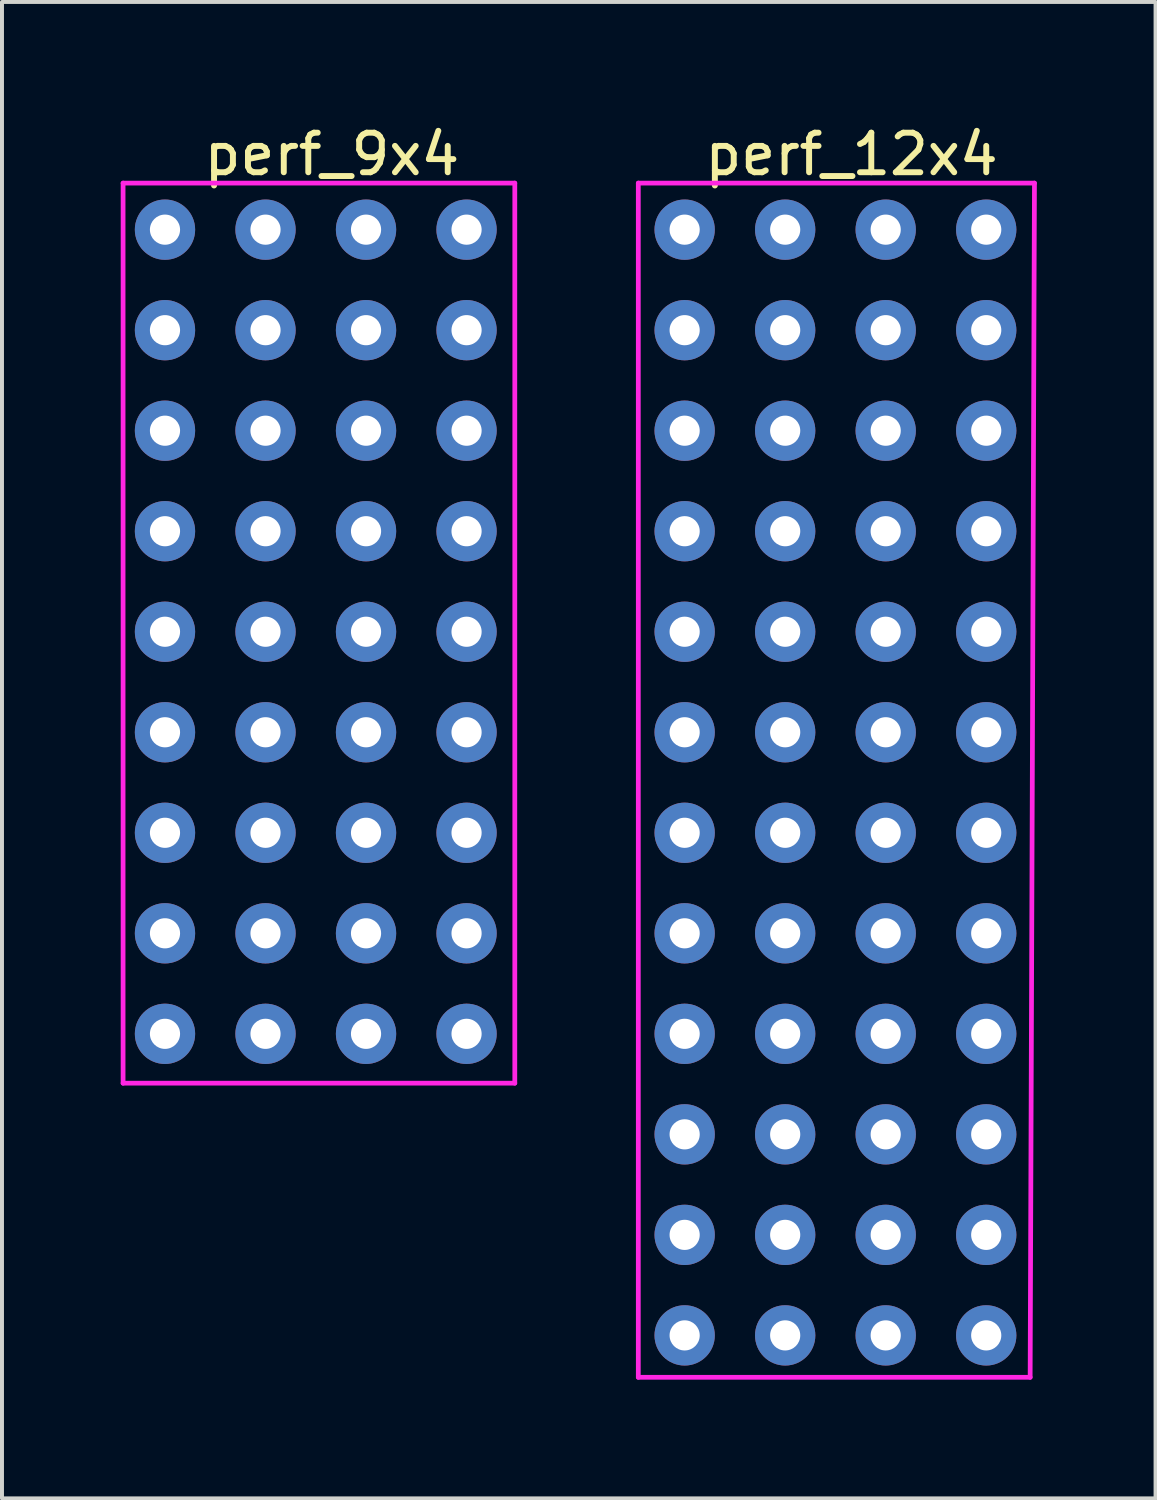
<source format=kicad_pcb>
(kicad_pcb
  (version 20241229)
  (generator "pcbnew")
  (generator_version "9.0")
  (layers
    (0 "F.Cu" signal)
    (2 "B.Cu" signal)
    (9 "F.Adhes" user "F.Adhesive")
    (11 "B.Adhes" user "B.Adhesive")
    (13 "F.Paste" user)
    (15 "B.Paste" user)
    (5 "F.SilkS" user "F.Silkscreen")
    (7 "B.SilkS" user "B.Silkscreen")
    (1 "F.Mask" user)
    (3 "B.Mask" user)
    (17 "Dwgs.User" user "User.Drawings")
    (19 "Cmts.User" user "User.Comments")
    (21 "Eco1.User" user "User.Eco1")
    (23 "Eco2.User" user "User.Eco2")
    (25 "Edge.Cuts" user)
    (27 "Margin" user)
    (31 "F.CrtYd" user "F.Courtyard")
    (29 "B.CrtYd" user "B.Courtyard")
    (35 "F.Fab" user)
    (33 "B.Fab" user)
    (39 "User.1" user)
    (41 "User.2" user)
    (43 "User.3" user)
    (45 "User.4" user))
  (footprint "perf_12x4"
    (layer "F.Cu")
    (at 17.981 11.785)
    (property "Reference" "perf_12x4" (at 0.485 -10.937 0) (layer "F.SilkS") (effects (font (size 1 1) (thickness 0.15))))
    (attr through_hole)
    (fp_poly (pts (xy 4.895 19.84) (xy -4.757 19.84) (xy -4.747 -10.048) (xy 4.905 -10.074)) (stroke (width 0.1) (type solid)) (fill yes) (layer "F.Mask"))
    (fp_poly (pts (xy 4.92 19.84) (xy -4.732 19.84) (xy -4.757 -10.117) (xy 4.895 -10.142)) (stroke (width 0.1) (type solid)) (fill yes) (layer "B.Mask"))
    (fp_line (start -4.902 -10.208) (end 5.108 -10.208) (stroke (width 0.12) (type solid)) (layer "F.CrtYd"))
    (fp_line (start -4.902 19.967) (end -4.902 -10.208) (stroke (width 0.12) (type solid)) (layer "F.CrtYd"))
    (fp_line (start 4.999 19.967) (end -4.902 19.967) (stroke (width 0.12) (type solid)) (layer "F.CrtYd"))
    (fp_line (start 5.108 -10.208) (end 4.999 19.967) (stroke (width 0.12) (type solid)) (layer "F.CrtYd"))
    (pad "1" thru_hole circle (at -3.731 -9.032) (size 1.524 1.524) (drill 0.762) (layers "*.Cu" "*.Mask"))
    (pad "2" thru_hole circle (at -1.191 -9.032) (size 1.524 1.524) (drill 0.762) (layers "*.Cu" "*.Mask"))
    (pad "3" thru_hole circle (at 1.349 -9.032) (size 1.524 1.524) (drill 0.762) (layers "*.Cu" "*.Mask"))
    (pad "4" thru_hole circle (at 3.889 -9.032) (size 1.524 1.524) (drill 0.762) (layers "*.Cu" "*.Mask"))
    (pad "5" thru_hole circle (at -3.731 -6.492) (size 1.524 1.524) (drill 0.762) (layers "*.Cu" "*.Mask"))
    (pad "6" thru_hole circle (at -1.191 -6.492) (size 1.524 1.524) (drill 0.762) (layers "*.Cu" "*.Mask"))
    (pad "7" thru_hole circle (at 1.349 -6.492) (size 1.524 1.524) (drill 0.762) (layers "*.Cu" "*.Mask"))
    (pad "8" thru_hole circle (at 3.889 -6.492) (size 1.524 1.524) (drill 0.762) (layers "*.Cu" "*.Mask"))
    (pad "9" thru_hole circle (at -3.731 -3.952) (size 1.524 1.524) (drill 0.762) (layers "*.Cu" "*.Mask"))
    (pad "10" thru_hole circle (at -1.191 -3.952) (size 1.524 1.524) (drill 0.762) (layers "*.Cu" "*.Mask"))
    (pad "11" thru_hole circle (at 1.349 -3.952) (size 1.524 1.524) (drill 0.762) (layers "*.Cu" "*.Mask"))
    (pad "12" thru_hole circle (at 3.889 -3.952) (size 1.524 1.524) (drill 0.762) (layers "*.Cu" "*.Mask"))
    (pad "13" thru_hole circle (at -3.731 -1.412) (size 1.524 1.524) (drill 0.762) (layers "*.Cu" "*.Mask"))
    (pad "14" thru_hole circle (at -1.191 -1.412) (size 1.524 1.524) (drill 0.762) (layers "*.Cu" "*.Mask"))
    (pad "15" thru_hole circle (at 1.349 -1.412) (size 1.524 1.524) (drill 0.762) (layers "*.Cu" "*.Mask"))
    (pad "16" thru_hole circle (at 3.889 -1.412) (size 1.524 1.524) (drill 0.762) (layers "*.Cu" "*.Mask"))
    (pad "17" thru_hole circle (at -3.731 1.128) (size 1.524 1.524) (drill 0.762) (layers "*.Cu" "*.Mask"))
    (pad "18" thru_hole circle (at -1.191 1.128) (size 1.524 1.524) (drill 0.762) (layers "*.Cu" "*.Mask"))
    (pad "19" thru_hole circle (at 1.349 1.128) (size 1.524 1.524) (drill 0.762) (layers "*.Cu" "*.Mask"))
    (pad "20" thru_hole circle (at 3.889 1.128) (size 1.524 1.524) (drill 0.762) (layers "*.Cu" "*.Mask"))
    (pad "21" thru_hole circle (at -3.731 3.668) (size 1.524 1.524) (drill 0.762) (layers "*.Cu" "*.Mask"))
    (pad "22" thru_hole circle (at -1.191 3.668) (size 1.524 1.524) (drill 0.762) (layers "*.Cu" "*.Mask"))
    (pad "23" thru_hole circle (at 1.349 3.668) (size 1.524 1.524) (drill 0.762) (layers "*.Cu" "*.Mask"))
    (pad "24" thru_hole circle (at 3.889 3.668) (size 1.524 1.524) (drill 0.762) (layers "*.Cu" "*.Mask"))
    (pad "25" thru_hole circle (at -3.731 6.208) (size 1.524 1.524) (drill 0.762) (layers "*.Cu" "*.Mask"))
    (pad "26" thru_hole circle (at -1.191 6.208) (size 1.524 1.524) (drill 0.762) (layers "*.Cu" "*.Mask"))
    (pad "27" thru_hole circle (at 1.349 6.208) (size 1.524 1.524) (drill 0.762) (layers "*.Cu" "*.Mask"))
    (pad "28" thru_hole circle (at 3.889 6.208) (size 1.524 1.524) (drill 0.762) (layers "*.Cu" "*.Mask"))
    (pad "29" thru_hole circle (at -3.731 8.748) (size 1.524 1.524) (drill 0.762) (layers "*.Cu" "*.Mask"))
    (pad "30" thru_hole circle (at -1.191 8.748) (size 1.524 1.524) (drill 0.762) (layers "*.Cu" "*.Mask"))
    (pad "31" thru_hole circle (at 1.349 8.748) (size 1.524 1.524) (drill 0.762) (layers "*.Cu" "*.Mask"))
    (pad "32" thru_hole circle (at 3.889 8.748) (size 1.524 1.524) (drill 0.762) (layers "*.Cu" "*.Mask"))
    (pad "33" thru_hole circle (at -3.731 11.288) (size 1.524 1.524) (drill 0.762) (layers "*.Cu" "*.Mask"))
    (pad "34" thru_hole circle (at -1.191 11.288) (size 1.524 1.524) (drill 0.762) (layers "*.Cu" "*.Mask"))
    (pad "35" thru_hole circle (at 1.349 11.288) (size 1.524 1.524) (drill 0.762) (layers "*.Cu" "*.Mask"))
    (pad "36" thru_hole circle (at 3.889 11.288) (size 1.524 1.524) (drill 0.762) (layers "*.Cu" "*.Mask"))
    (pad "37" thru_hole circle (at -3.731 13.828) (size 1.524 1.524) (drill 0.762) (layers "*.Cu" "*.Mask"))
    (pad "38" thru_hole circle (at -1.191 13.828) (size 1.524 1.524) (drill 0.762) (layers "*.Cu" "*.Mask"))
    (pad "39" thru_hole circle (at 1.349 13.828) (size 1.524 1.524) (drill 0.762) (layers "*.Cu" "*.Mask"))
    (pad "40" thru_hole circle (at 3.889 13.828) (size 1.524 1.524) (drill 0.762) (layers "*.Cu" "*.Mask"))
    (pad "41" thru_hole circle (at -3.731 16.368) (size 1.524 1.524) (drill 0.762) (layers "*.Cu" "*.Mask"))
    (pad "42" thru_hole circle (at -1.191 16.368) (size 1.524 1.524) (drill 0.762) (layers "*.Cu" "*.Mask"))
    (pad "43" thru_hole circle (at 1.349 16.368) (size 1.524 1.524) (drill 0.762) (layers "*.Cu" "*.Mask"))
    (pad "44" thru_hole circle (at 3.889 16.368) (size 1.524 1.524) (drill 0.762) (layers "*.Cu" "*.Mask"))
    (pad "45" thru_hole circle (at -3.731 18.908) (size 1.524 1.524) (drill 0.762) (layers "*.Cu" "*.Mask"))
    (pad "46" thru_hole circle (at -1.191 18.908) (size 1.524 1.524) (drill 0.762) (layers "*.Cu" "*.Mask"))
    (pad "47" thru_hole circle (at 1.349 18.908) (size 1.524 1.524) (drill 0.762) (layers "*.Cu" "*.Mask"))
    (pad "48" thru_hole circle (at 3.889 18.908) (size 1.524 1.524) (drill 0.762) (layers "*.Cu" "*.Mask")))
  (footprint "perf_9x4"
    (layer "F.Cu")
    (at 4.85 11.785)
    (property "Reference" "perf_9x4" (at 0.485 -10.937 0) (layer "F.SilkS") (effects (font (size 1 1) (thickness 0.15))))
    (attr through_hole)
    (fp_poly (pts (xy 4.905 12.329) (xy -4.747 12.329) (xy -4.747 -10.048) (xy 4.905 -10.074)) (stroke (width 0.1) (type solid)) (fill yes) (layer "F.Mask"))
    (fp_poly (pts (xy 4.905 12.329) (xy -4.747 12.329) (xy -4.747 -10.048) (xy 4.905 -10.074)) (stroke (width 0.1) (type solid)) (fill yes) (layer "B.Mask"))
    (fp_line (start -4.79 -10.208) (end 5.108 -10.208) (stroke (width 0.12) (type solid)) (layer "F.CrtYd"))
    (fp_line (start -4.79 12.535) (end -4.79 -10.208) (stroke (width 0.12) (type solid)) (layer "F.CrtYd"))
    (fp_line (start 5.108 -10.208) (end 5.108 12.535) (stroke (width 0.12) (type solid)) (layer "F.CrtYd"))
    (fp_line (start 5.108 12.535) (end -4.79 12.535) (stroke (width 0.12) (type solid)) (layer "F.CrtYd"))
    (pad "1" thru_hole circle (at -3.731 -9.032) (size 1.524 1.524) (drill 0.762) (layers "*.Cu" "*.Mask"))
    (pad "2" thru_hole circle (at -1.191 -9.032) (size 1.524 1.524) (drill 0.762) (layers "*.Cu" "*.Mask"))
    (pad "3" thru_hole circle (at 1.349 -9.032) (size 1.524 1.524) (drill 0.762) (layers "*.Cu" "*.Mask"))
    (pad "4" thru_hole circle (at 3.889 -9.032) (size 1.524 1.524) (drill 0.762) (layers "*.Cu" "*.Mask"))
    (pad "5" thru_hole circle (at -3.731 -6.492) (size 1.524 1.524) (drill 0.762) (layers "*.Cu" "*.Mask"))
    (pad "6" thru_hole circle (at -1.191 -6.492) (size 1.524 1.524) (drill 0.762) (layers "*.Cu" "*.Mask"))
    (pad "7" thru_hole circle (at 1.349 -6.492) (size 1.524 1.524) (drill 0.762) (layers "*.Cu" "*.Mask"))
    (pad "8" thru_hole circle (at 3.889 -6.492) (size 1.524 1.524) (drill 0.762) (layers "*.Cu" "*.Mask"))
    (pad "9" thru_hole circle (at -3.731 -3.952) (size 1.524 1.524) (drill 0.762) (layers "*.Cu" "*.Mask"))
    (pad "10" thru_hole circle (at -1.191 -3.952) (size 1.524 1.524) (drill 0.762) (layers "*.Cu" "*.Mask"))
    (pad "11" thru_hole circle (at 1.349 -3.952) (size 1.524 1.524) (drill 0.762) (layers "*.Cu" "*.Mask"))
    (pad "12" thru_hole circle (at 3.889 -3.952) (size 1.524 1.524) (drill 0.762) (layers "*.Cu" "*.Mask"))
    (pad "13" thru_hole circle (at -3.731 -1.412) (size 1.524 1.524) (drill 0.762) (layers "*.Cu" "*.Mask"))
    (pad "14" thru_hole circle (at -1.191 -1.412) (size 1.524 1.524) (drill 0.762) (layers "*.Cu" "*.Mask"))
    (pad "15" thru_hole circle (at 1.349 -1.412) (size 1.524 1.524) (drill 0.762) (layers "*.Cu" "*.Mask"))
    (pad "16" thru_hole circle (at 3.889 -1.412) (size 1.524 1.524) (drill 0.762) (layers "*.Cu" "*.Mask"))
    (pad "17" thru_hole circle (at -3.731 1.128) (size 1.524 1.524) (drill 0.762) (layers "*.Cu" "*.Mask"))
    (pad "18" thru_hole circle (at -1.191 1.128) (size 1.524 1.524) (drill 0.762) (layers "*.Cu" "*.Mask"))
    (pad "19" thru_hole circle (at 1.349 1.128) (size 1.524 1.524) (drill 0.762) (layers "*.Cu" "*.Mask"))
    (pad "20" thru_hole circle (at 3.889 1.128) (size 1.524 1.524) (drill 0.762) (layers "*.Cu" "*.Mask"))
    (pad "21" thru_hole circle (at -3.731 3.668) (size 1.524 1.524) (drill 0.762) (layers "*.Cu" "*.Mask"))
    (pad "22" thru_hole circle (at -1.191 3.668) (size 1.524 1.524) (drill 0.762) (layers "*.Cu" "*.Mask"))
    (pad "23" thru_hole circle (at 1.349 3.668) (size 1.524 1.524) (drill 0.762) (layers "*.Cu" "*.Mask"))
    (pad "24" thru_hole circle (at 3.889 3.668) (size 1.524 1.524) (drill 0.762) (layers "*.Cu" "*.Mask"))
    (pad "25" thru_hole circle (at -3.731 6.208) (size 1.524 1.524) (drill 0.762) (layers "*.Cu" "*.Mask"))
    (pad "26" thru_hole circle (at -1.191 6.208) (size 1.524 1.524) (drill 0.762) (layers "*.Cu" "*.Mask"))
    (pad "27" thru_hole circle (at 1.349 6.208) (size 1.524 1.524) (drill 0.762) (layers "*.Cu" "*.Mask"))
    (pad "28" thru_hole circle (at 3.889 6.208) (size 1.524 1.524) (drill 0.762) (layers "*.Cu" "*.Mask"))
    (pad "29" thru_hole circle (at -3.731 8.748) (size 1.524 1.524) (drill 0.762) (layers "*.Cu" "*.Mask"))
    (pad "30" thru_hole circle (at -1.191 8.748) (size 1.524 1.524) (drill 0.762) (layers "*.Cu" "*.Mask"))
    (pad "31" thru_hole circle (at 1.349 8.748) (size 1.524 1.524) (drill 0.762) (layers "*.Cu" "*.Mask"))
    (pad "32" thru_hole circle (at 3.889 8.748) (size 1.524 1.524) (drill 0.762) (layers "*.Cu" "*.Mask"))
    (pad "33" thru_hole circle (at -3.731 11.288) (size 1.524 1.524) (drill 0.762) (layers "*.Cu" "*.Mask"))
    (pad "34" thru_hole circle (at -1.191 11.288) (size 1.524 1.524) (drill 0.762) (layers "*.Cu" "*.Mask"))
    (pad "35" thru_hole circle (at 1.349 11.288) (size 1.524 1.524) (drill 0.762) (layers "*.Cu" "*.Mask"))
    (pad "36" thru_hole circle (at 3.889 11.288) (size 1.524 1.524) (drill 0.762) (layers "*.Cu" "*.Mask")))
  (gr_rect
    (start -3 -3)
    (end 26.149 34.812)
    (stroke (width 0.1) (type default))
    (fill no)
    (layer "Edge.Cuts")))
</source>
